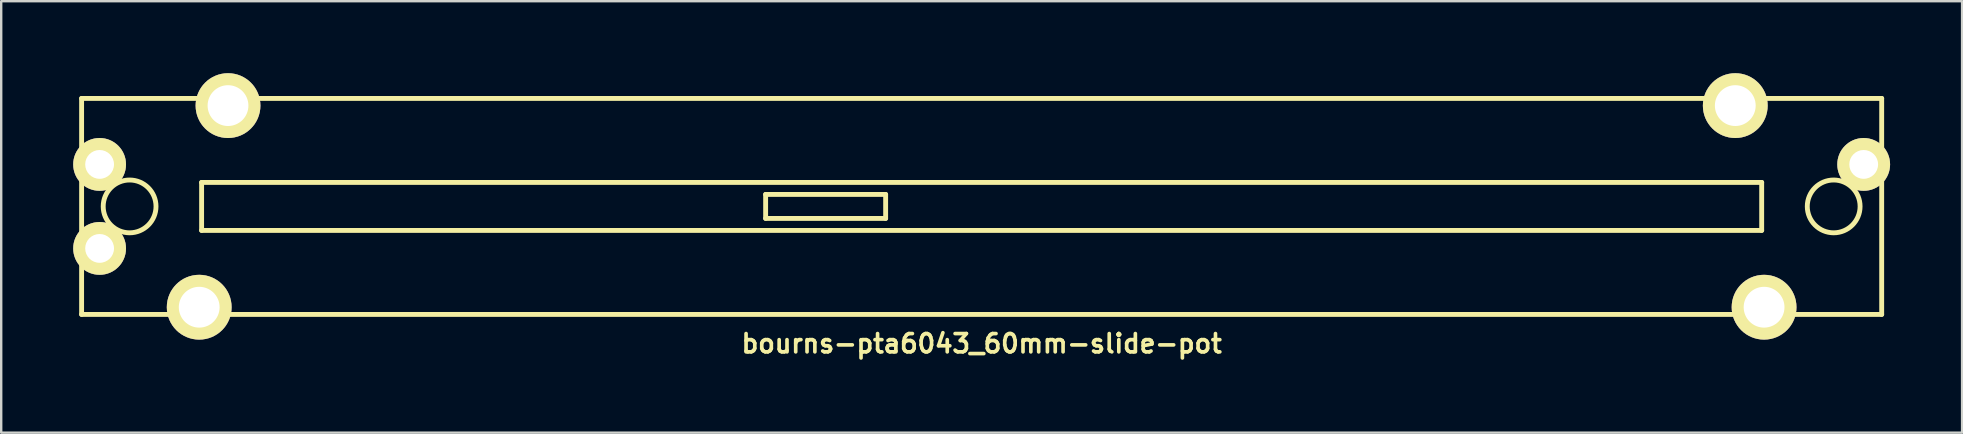
<source format=kicad_pcb>
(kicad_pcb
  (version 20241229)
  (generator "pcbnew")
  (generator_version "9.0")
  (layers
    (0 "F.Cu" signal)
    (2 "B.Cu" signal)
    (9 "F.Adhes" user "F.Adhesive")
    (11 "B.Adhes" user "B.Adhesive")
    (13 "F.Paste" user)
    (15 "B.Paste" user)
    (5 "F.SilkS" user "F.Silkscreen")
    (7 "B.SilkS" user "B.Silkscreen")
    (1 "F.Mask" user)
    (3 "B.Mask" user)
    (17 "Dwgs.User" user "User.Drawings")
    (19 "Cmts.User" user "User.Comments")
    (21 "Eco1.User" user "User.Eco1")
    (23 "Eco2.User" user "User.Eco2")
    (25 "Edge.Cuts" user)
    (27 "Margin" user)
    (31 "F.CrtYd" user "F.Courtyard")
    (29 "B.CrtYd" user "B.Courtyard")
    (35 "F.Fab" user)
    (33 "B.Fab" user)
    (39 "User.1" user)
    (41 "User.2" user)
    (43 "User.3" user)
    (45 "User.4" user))
  (footprint "bourns-pta6043_60mm-slide-pot"
    (layer "F.Cu")
    (at 37.85 5.55)
    (property "Reference" "bourns-pta6043_60mm-slide-pot" (at 0 5.715 0) (layer "F.SilkS") (effects (font (size 0.762 0.762) (thickness 0.152))))
    (attr through_hole)
    (fp_line (start -37.5 -4.5) (end -37.5 4.5) (stroke (width 0.203) (type solid)) (layer "F.SilkS"))
    (fp_line (start -37.5 4.5) (end 37.5 4.5) (stroke (width 0.203) (type solid)) (layer "F.SilkS"))
    (fp_line (start -32.5 -1) (end -32.5 1) (stroke (width 0.203) (type solid)) (layer "F.SilkS"))
    (fp_line (start -32.5 1) (end 32.5 1) (stroke (width 0.203) (type solid)) (layer "F.SilkS"))
    (fp_line (start -9 -0.5) (end -9 0.5) (stroke (width 0.203) (type solid)) (layer "F.SilkS"))
    (fp_line (start -9 0.5) (end -4 0.5) (stroke (width 0.203) (type solid)) (layer "F.SilkS"))
    (fp_line (start -4 -0.5) (end -9 -0.5) (stroke (width 0.203) (type solid)) (layer "F.SilkS"))
    (fp_line (start -4 0.5) (end -4 -0.5) (stroke (width 0.203) (type solid)) (layer "F.SilkS"))
    (fp_line (start 32.5 -1) (end -32.5 -1) (stroke (width 0.203) (type solid)) (layer "F.SilkS"))
    (fp_line (start 32.5 1) (end 32.5 -1) (stroke (width 0.203) (type solid)) (layer "F.SilkS"))
    (fp_line (start 37.5 -4.5) (end -37.5 -4.5) (stroke (width 0.203) (type solid)) (layer "F.SilkS"))
    (fp_line (start 37.5 4.5) (end 37.5 -4.5) (stroke (width 0.203) (type solid)) (layer "F.SilkS"))
    (fp_circle (center -35.5 0) (end -36.6 0) (stroke (width 0.203) (type solid)) (fill no) (layer "F.SilkS"))
    (fp_circle (center 35.5 0) (end 36.6 0) (stroke (width 0.203) (type solid)) (fill no) (layer "F.SilkS"))
    (pad "" thru_hole circle (at -32.6 4.2) (size 2.7 2.7) (drill 1.7) (layers "*.Cu" "*.Mask" "F.SilkS"))
    (pad "" thru_hole circle (at -31.4 -4.2) (size 2.7 2.7) (drill 1.7) (layers "*.Cu" "*.Mask" "F.SilkS"))
    (pad "" thru_hole circle (at 31.4 -4.2) (size 2.7 2.7) (drill 1.7) (layers "*.Cu" "*.Mask" "F.SilkS"))
    (pad "" thru_hole circle (at 32.6 4.2) (size 2.7 2.7) (drill 1.7) (layers "*.Cu" "*.Mask" "F.SilkS"))
    (pad "1" thru_hole circle (at -36.75 -1.75) (size 2.2 2.2) (drill 1.2) (layers "*.Cu" "*.Mask" "F.SilkS"))
    (pad "2" thru_hole circle (at -36.75 1.75) (size 2.2 2.2) (drill 1.2) (layers "*.Cu" "*.Mask" "F.SilkS"))
    (pad "3" thru_hole circle (at 36.75 -1.75) (size 2.2 2.2) (drill 1.2) (layers "*.Cu" "*.Mask" "F.SilkS")))
  (gr_rect
    (start -3 -3)
    (end 78.7 14.978)
    (stroke (width 0.1) (type default))
    (fill no)
    (layer "Edge.Cuts")))
</source>
